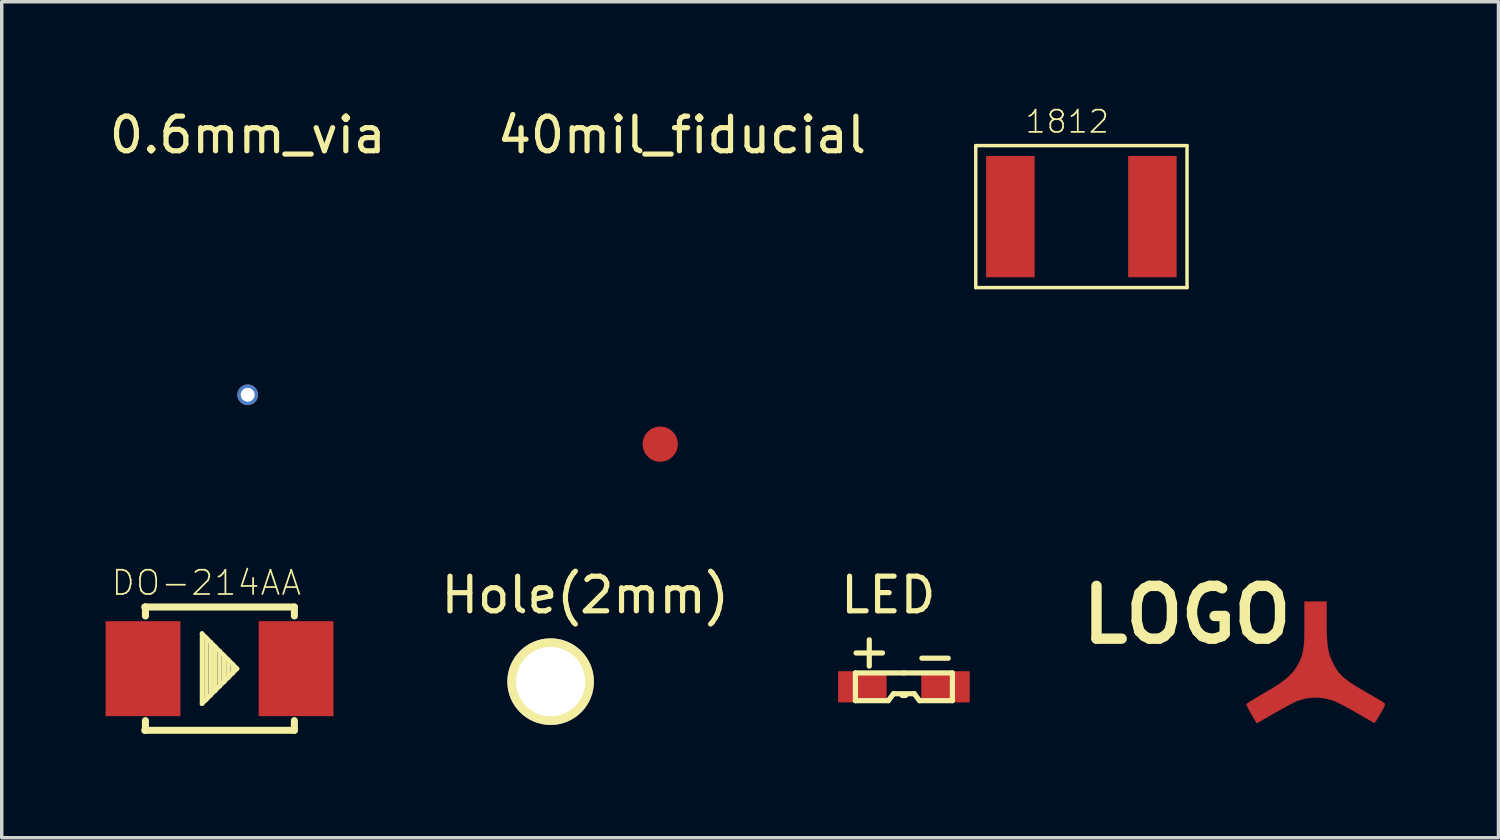
<source format=kicad_pcb>
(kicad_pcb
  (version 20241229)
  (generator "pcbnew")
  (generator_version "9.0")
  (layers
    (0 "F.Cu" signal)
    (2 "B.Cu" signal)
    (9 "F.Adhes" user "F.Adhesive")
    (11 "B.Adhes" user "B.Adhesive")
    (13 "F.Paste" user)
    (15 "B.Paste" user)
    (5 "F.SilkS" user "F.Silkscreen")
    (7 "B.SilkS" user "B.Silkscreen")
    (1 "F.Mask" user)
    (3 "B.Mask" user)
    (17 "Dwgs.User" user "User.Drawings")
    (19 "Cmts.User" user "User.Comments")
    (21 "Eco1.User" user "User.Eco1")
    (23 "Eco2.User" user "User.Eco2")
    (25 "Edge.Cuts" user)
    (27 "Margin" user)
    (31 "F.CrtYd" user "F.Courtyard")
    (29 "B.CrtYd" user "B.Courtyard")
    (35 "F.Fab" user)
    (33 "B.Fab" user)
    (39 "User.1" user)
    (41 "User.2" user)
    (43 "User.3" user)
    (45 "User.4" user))
  (footprint "0.6mm_via"
    (layer "F.Cu")
    (at 4.101 8.348)
    (property "Reference" "0.6mm_via" (at 0 -7.5 0) (layer "F.SilkS") (effects (font (size 1 1) (thickness 0.15))))
    (attr through_hole)
    (pad "1" thru_hole circle (at 0 0) (size 0.6 0.6) (drill 0.4) (layers "*.Cu")))
  (footprint "LED"
    (layer "F.Cu")
    (at 23.047 16.779)
    (property "Reference" "LED" (at -0.45 -2.65 0) (layer "F.SilkS") (effects (font (size 1 1) (thickness 0.15))))
    (attr through_hole)
    (fp_line (start -1.4 -0.4) (end 0 -0.4) (stroke (width 0.15) (type solid)) (layer "F.SilkS"))
    (fp_line (start -1.4 0.4) (end -1.4 -0.4) (stroke (width 0.15) (type solid)) (layer "F.SilkS"))
    (fp_line (start -0.45 0.4) (end -1.4 0.4) (stroke (width 0.15) (type solid)) (layer "F.SilkS"))
    (fp_line (start -0.45 0.4) (end -0.3 0.2) (stroke (width 0.15) (type solid)) (layer "F.SilkS"))
    (fp_line (start -0.05 0.25) (end 0.05 0.25) (stroke (width 0.15) (type solid)) (layer "F.SilkS"))
    (fp_line (start 0 -0.4) (end 1.4 -0.4) (stroke (width 0.15) (type solid)) (layer "F.SilkS"))
    (fp_line (start 0.3 0.2) (end -0.3 0.2) (stroke (width 0.15) (type solid)) (layer "F.SilkS"))
    (fp_line (start 0.3 0.2) (end 0.45 0.4) (stroke (width 0.15) (type solid)) (layer "F.SilkS"))
    (fp_line (start 1.4 -0.4) (end 1.4 0.4) (stroke (width 0.15) (type solid)) (layer "F.SilkS"))
    (fp_line (start 1.4 0.4) (end 0.45 0.4) (stroke (width 0.15) (type solid)) (layer "F.SilkS"))
    (fp_text user "-" (at 0.9 -0.9 0) (layer "F.SilkS") (effects (font (size 1 1) (thickness 0.15))))
    (fp_text user "+" (at -1 -1.05 0) (layer "F.SilkS") (effects (font (size 1 1) (thickness 0.15))))
    (pad "1" smd rect (at -1.2 0 90) (size 0.9 1.4) (layers "F.Cu" "F.Mask" "F.Paste"))
    (pad "2" smd rect (at 1.2 0 90) (size 0.9 1.4) (layers "F.Cu" "F.Mask" "F.Paste")))
  (footprint "LOGO"
    (layer "F.Cu")
    (at 34.945 16.379)
    (property "Reference" "LOGO" (at -3.725 -1.68 0) (layer "F.SilkS") (effects (font (size 1.524 1.524) (thickness 0.3))))
    (attr through_hole)
    (fp_poly (pts (xy 0.305 -1.473) (xy 0.307 -1.227) (xy 0.313 -1.024) (xy 0.324 -0.856) (xy 0.342 -0.714) (xy 0.368 -0.59) (xy 0.403 -0.477) (xy 0.447 -0.367) (xy 0.47 -0.318) (xy 0.533 -0.194) (xy 0.599 -0.086) (xy 0.673 0.012) (xy 0.76 0.103) (xy 0.868 0.194) (xy 1.001 0.29) (xy 1.165 0.395) (xy 1.366 0.514) (xy 1.487 0.585) (xy 1.627 0.665) (xy 1.752 0.738) (xy 1.857 0.8) (xy 1.933 0.847) (xy 1.974 0.874) (xy 1.978 0.877) (xy 1.987 0.898) (xy 1.981 0.936) (xy 1.954 0.997) (xy 1.906 1.089) (xy 1.855 1.178) (xy 1.794 1.281) (xy 1.742 1.365) (xy 1.703 1.42) (xy 1.683 1.44) (xy 1.682 1.44) (xy 1.656 1.425) (xy 1.593 1.389) (xy 1.498 1.334) (xy 1.378 1.265) (xy 1.24 1.186) (xy 1.156 1.137) (xy 1 1.049) (xy 0.848 0.966) (xy 0.71 0.894) (xy 0.595 0.836) (xy 0.51 0.798) (xy 0.486 0.79) (xy 0.219 0.724) (xy -0.049 0.706) (xy -0.309 0.735) (xy -0.557 0.811) (xy -0.564 0.814) (xy -0.638 0.849) (xy -0.746 0.905) (xy -0.878 0.976) (xy -1.027 1.058) (xy -1.181 1.145) (xy -1.221 1.168) (xy -1.362 1.25) (xy -1.488 1.322) (xy -1.591 1.381) (xy -1.666 1.424) (xy -1.707 1.446) (xy -1.712 1.449) (xy -1.725 1.428) (xy -1.759 1.371) (xy -1.807 1.288) (xy -1.862 1.192) (xy -1.92 1.088) (xy -1.967 0.999) (xy -1.998 0.935) (xy -2.008 0.907) (xy -1.987 0.886) (xy -1.928 0.845) (xy -1.836 0.787) (xy -1.719 0.715) (xy -1.582 0.635) (xy -1.496 0.585) (xy -1.257 0.444) (xy -1.06 0.317) (xy -0.898 0.199) (xy -0.767 0.085) (xy -0.659 -0.03) (xy -0.571 -0.151) (xy -0.5 -0.273) (xy -0.452 -0.371) (xy -0.414 -0.465) (xy -0.384 -0.563) (xy -0.363 -0.673) (xy -0.348 -0.801) (xy -0.338 -0.955) (xy -0.333 -1.144) (xy -0.331 -1.374) (xy -0.331 -1.43) (xy -0.331 -2.059) (xy 0.305 -2.059) (xy 0.305 -1.473)) (stroke (width 0.01) (type solid)) (fill yes) (layer "F.Cu"))
    (fp_poly (pts (xy 0.15 -2.288) (xy 0.26 -2.286) (xy 0.338 -2.282) (xy 0.39 -2.274) (xy 0.427 -2.261) (xy 0.455 -2.243) (xy 0.475 -2.227) (xy 0.547 -2.165) (xy 0.561 -1.445) (xy 0.574 -0.724) (xy 0.648 -0.546) (xy 0.735 -0.359) (xy 0.827 -0.21) (xy 0.933 -0.085) (xy 1.065 0.028) (xy 1.075 0.036) (xy 1.179 0.109) (xy 1.288 0.179) (xy 1.382 0.234) (xy 1.398 0.242) (xy 1.489 0.29) (xy 1.573 0.339) (xy 1.615 0.366) (xy 1.719 0.434) (xy 1.84 0.502) (xy 1.973 0.569) (xy 2.075 0.634) (xy 2.164 0.719) (xy 2.229 0.812) (xy 2.261 0.899) (xy 2.263 0.92) (xy 2.25 0.978) (xy 2.215 1.068) (xy 2.164 1.179) (xy 2.102 1.299) (xy 2.034 1.418) (xy 1.967 1.524) (xy 1.949 1.549) (xy 1.887 1.627) (xy 1.826 1.677) (xy 1.759 1.701) (xy 1.679 1.697) (xy 1.579 1.664) (xy 1.453 1.604) (xy 1.294 1.514) (xy 1.272 1.501) (xy 1.156 1.433) (xy 1.049 1.373) (xy 0.964 1.327) (xy 0.909 1.3) (xy 0.902 1.297) (xy 0.838 1.264) (xy 0.764 1.217) (xy 0.751 1.207) (xy 0.625 1.131) (xy 0.463 1.064) (xy 0.281 1.011) (xy 0.094 0.975) (xy -0.081 0.962) (xy -0.121 0.963) (xy -0.206 0.977) (xy -0.321 1.011) (xy -0.453 1.061) (xy -0.59 1.119) (xy -0.718 1.183) (xy -0.801 1.23) (xy -0.901 1.293) (xy -0.975 1.338) (xy -1.039 1.374) (xy -1.11 1.412) (xy -1.172 1.444) (xy -1.276 1.501) (xy -1.389 1.569) (xy -1.454 1.611) (xy -1.588 1.68) (xy -1.709 1.705) (xy -1.814 1.685) (xy -1.851 1.664) (xy -1.902 1.613) (xy -1.949 1.545) (xy -1.952 1.539) (xy -2.05 1.348) (xy -2.126 1.196) (xy -2.181 1.077) (xy -2.217 0.986) (xy -2.235 0.917) (xy -2.239 0.864) (xy -2.228 0.82) (xy -2.205 0.782) (xy -2.18 0.751) (xy -2.126 0.702) (xy -2.034 0.636) (xy -1.914 0.558) (xy -1.774 0.473) (xy -1.623 0.387) (xy -1.539 0.342) (xy -1.32 0.217) (xy -1.127 0.087) (xy -0.964 -0.044) (xy -0.839 -0.171) (xy -0.756 -0.288) (xy -0.756 -0.289) (xy -0.707 -0.384) (xy -0.669 -0.467) (xy -0.642 -0.545) (xy -0.622 -0.629) (xy -0.608 -0.73) (xy -0.597 -0.855) (xy -0.589 -1.017) (xy -0.584 -1.131) (xy -0.577 -1.308) (xy -0.571 -1.486) (xy -0.566 -1.653) (xy -0.562 -1.794) (xy -0.561 -1.889) (xy -0.559 -2.005) (xy -0.555 -2.082) (xy -0.544 -2.133) (xy -0.525 -2.17) (xy -0.493 -2.205) (xy -0.485 -2.214) (xy -0.411 -2.288) (xy -0.003 -2.288) (xy 0.15 -2.288)) (stroke (width 0.01) (type solid)) (fill yes) (layer "F.Mask")))
  (footprint "DO-214AA"
    (layer "F.Cu")
    (at 3.289 16.255)
    (property "Reference" "DO-214AA" (at -0.381 -2.477 0) (layer "F.SilkS") (effects (font (size 0.7 0.7) (thickness 0.05))))
    (attr smd)
    (fp_line (start -2.16 -1.78) (end -2.14 -1.78) (stroke (width 0.203) (type solid)) (layer "F.SilkS"))
    (fp_line (start -2.14 -1.78) (end 2.16 -1.78) (stroke (width 0.203) (type solid)) (layer "F.SilkS"))
    (fp_line (start -2.14 -1.52) (end -2.14 -1.78) (stroke (width 0.203) (type solid)) (layer "F.SilkS"))
    (fp_line (start -2.14 1.78) (end -2.16 1.78) (stroke (width 0.203) (type solid)) (layer "F.SilkS"))
    (fp_line (start -2.14 1.78) (end -2.14 1.5) (stroke (width 0.203) (type solid)) (layer "F.SilkS"))
    (fp_line (start -0.508 -1.016) (end -0.381 -0.889) (stroke (width 0.127) (type solid)) (layer "F.SilkS"))
    (fp_line (start -0.508 1.016) (end -0.508 -1.016) (stroke (width 0.127) (type solid)) (layer "F.SilkS"))
    (fp_line (start -0.381 -0.889) (end -0.381 0.889) (stroke (width 0.127) (type solid)) (layer "F.SilkS"))
    (fp_line (start -0.381 -0.889) (end -0.254 -0.762) (stroke (width 0.127) (type solid)) (layer "F.SilkS"))
    (fp_line (start -0.381 0.889) (end -0.508 1.016) (stroke (width 0.127) (type solid)) (layer "F.SilkS"))
    (fp_line (start -0.381 0.889) (end -0.254 0.762) (stroke (width 0.127) (type solid)) (layer "F.SilkS"))
    (fp_line (start -0.254 -0.762) (end -0.127 -0.635) (stroke (width 0.127) (type solid)) (layer "F.SilkS"))
    (fp_line (start -0.254 0.762) (end -0.254 -0.762) (stroke (width 0.127) (type solid)) (layer "F.SilkS"))
    (fp_line (start -0.254 0.762) (end -0.127 0.635) (stroke (width 0.127) (type solid)) (layer "F.SilkS"))
    (fp_line (start -0.127 -0.635) (end -0.127 0.635) (stroke (width 0.127) (type solid)) (layer "F.SilkS"))
    (fp_line (start -0.127 -0.635) (end 0 -0.508) (stroke (width 0.127) (type solid)) (layer "F.SilkS"))
    (fp_line (start -0.127 0.635) (end 0 0.508) (stroke (width 0.127) (type solid)) (layer "F.SilkS"))
    (fp_line (start 0 -0.508) (end 0.127 -0.381) (stroke (width 0.127) (type solid)) (layer "F.SilkS"))
    (fp_line (start 0 0.508) (end 0 -0.508) (stroke (width 0.127) (type solid)) (layer "F.SilkS"))
    (fp_line (start 0 0.508) (end 0.127 0.381) (stroke (width 0.127) (type solid)) (layer "F.SilkS"))
    (fp_line (start 0.127 -0.381) (end 0.127 0.381) (stroke (width 0.127) (type solid)) (layer "F.SilkS"))
    (fp_line (start 0.127 -0.381) (end 0.254 -0.254) (stroke (width 0.127) (type solid)) (layer "F.SilkS"))
    (fp_line (start 0.254 -0.254) (end 0.381 -0.127) (stroke (width 0.127) (type solid)) (layer "F.SilkS"))
    (fp_line (start 0.254 0.254) (end 0.127 0.381) (stroke (width 0.127) (type solid)) (layer "F.SilkS"))
    (fp_line (start 0.254 0.254) (end 0.254 -0.254) (stroke (width 0.127) (type solid)) (layer "F.SilkS"))
    (fp_line (start 0.381 -0.127) (end 0.381 0.127) (stroke (width 0.127) (type solid)) (layer "F.SilkS"))
    (fp_line (start 0.381 -0.127) (end 0.508 0) (stroke (width 0.127) (type solid)) (layer "F.SilkS"))
    (fp_line (start 0.381 0.127) (end 0.254 0.254) (stroke (width 0.127) (type solid)) (layer "F.SilkS"))
    (fp_line (start 0.508 0) (end 0.381 0.127) (stroke (width 0.127) (type solid)) (layer "F.SilkS"))
    (fp_line (start 2.16 -1.52) (end 2.16 -1.78) (stroke (width 0.203) (type solid)) (layer "F.SilkS"))
    (fp_line (start 2.16 1.78) (end -2.14 1.78) (stroke (width 0.203) (type solid)) (layer "F.SilkS"))
    (fp_line (start 2.16 1.78) (end 2.16 1.5) (stroke (width 0.203) (type solid)) (layer "F.SilkS"))
    (pad "1" smd rect (at -2.21 0 270) (size 2.743 2.159) (layers "F.Cu" "F.Mask" "F.Paste"))
    (pad "2" smd rect (at 2.21 0 270) (size 2.743 2.159) (layers "F.Cu" "F.Mask" "F.Paste")))
  (footprint "1812"
    (layer "F.Cu")
    (at 28.171 3.204)
    (property "Reference" "1812" (at -0.409 -2.741 0) (layer "F.SilkS") (effects (font (size 0.64 0.64) (thickness 0.05))))
    (attr smd)
    (fp_line (start -3.05 -2.05) (end -3.05 2.05) (stroke (width 0.1) (type solid)) (layer "F.SilkS"))
    (fp_line (start 3.05 -2.05) (end -3.05 -2.05) (stroke (width 0.1) (type solid)) (layer "F.SilkS"))
    (fp_line (start 3.05 -2.05) (end 3.05 2.05) (stroke (width 0.1) (type solid)) (layer "F.SilkS"))
    (fp_line (start 3.05 2.05) (end -3.05 2.05) (stroke (width 0.1) (type solid)) (layer "F.SilkS"))
    (pad "1" smd rect (at -2.05 0) (size 1.4 3.5) (layers "F.Cu" "F.Mask" "F.Paste"))
    (pad "2" smd rect (at 2.05 0) (size 1.4 3.5) (layers "F.Cu" "F.Mask" "F.Paste")))
  (footprint "Hole(2mm)"
    (layer "F.Cu")
    (at 12.847 16.63)
    (property "Reference" "Hole(2mm)" (at 1 -2.5 0) (layer "F.SilkS") (effects (font (size 1 1) (thickness 0.15))))
    (attr through_hole)
    (pad "1" thru_hole circle (at 0 0) (size 2.5 2.5) (drill 2) (layers "*.Cu" "*.Mask" "F.SilkS")))
  (footprint "40mil_fiducial"
    (layer "F.Cu")
    (at 16.012 9.773)
    (property "Reference" "40mil_fiducial" (at 0.625 -8.925 0) (layer "F.SilkS") (effects (font (size 1 1) (thickness 0.15))))
    (attr smd)
    (pad "1" smd circle (at 0 0) (size 1.016 1.016) (layers "F.Cu" "F.Mask")))
  (gr_rect
    (start -3 -3)
    (end 40.213 21.137)
    (stroke (width 0.1) (type default))
    (fill no)
    (layer "Edge.Cuts")))
</source>
